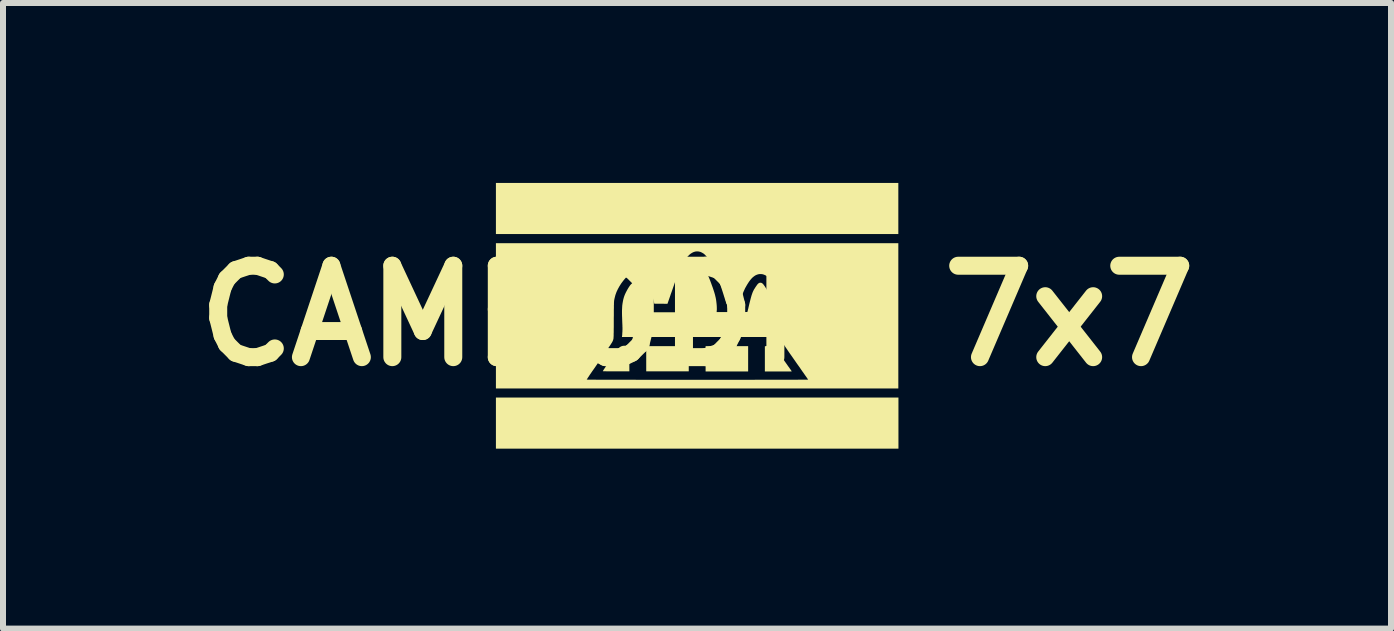
<source format=kicad_pcb>
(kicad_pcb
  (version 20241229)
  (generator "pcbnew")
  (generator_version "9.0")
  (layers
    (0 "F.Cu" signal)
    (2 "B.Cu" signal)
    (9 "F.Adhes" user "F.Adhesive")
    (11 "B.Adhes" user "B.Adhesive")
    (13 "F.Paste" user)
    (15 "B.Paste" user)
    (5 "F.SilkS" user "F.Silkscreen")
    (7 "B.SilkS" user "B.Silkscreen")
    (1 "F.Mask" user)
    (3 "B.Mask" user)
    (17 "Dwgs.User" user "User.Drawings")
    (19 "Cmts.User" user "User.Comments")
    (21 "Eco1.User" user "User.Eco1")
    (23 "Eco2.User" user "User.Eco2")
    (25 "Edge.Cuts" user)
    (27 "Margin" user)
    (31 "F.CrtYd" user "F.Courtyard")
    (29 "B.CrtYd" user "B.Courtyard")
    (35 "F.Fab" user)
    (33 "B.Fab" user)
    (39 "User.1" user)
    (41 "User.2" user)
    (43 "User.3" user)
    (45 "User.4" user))
  (footprint "CAMBODIA 7x7"
    (layer "F.Cu")
    (at 8.571 2.215)
    (property "Reference" "CAMBODIA 7x7" (at 0 0 0) (layer "F.SilkS") (effects (font (size 1.524 1.524) (thickness 0.3))))
    (attr board_only exclude_from_pos_files exclude_from_bom)
    (fp_poly (pts (xy -0.138 0.926) (xy -0.847 0.926) (xy -0.847 0.506) (xy -0.138 0.506)) (stroke (width 0) (type solid)) (fill yes) (layer "F.SilkS"))
    (fp_poly (pts (xy 0.852 0.928) (xy 0.143 0.928) (xy 0.143 0.506) (xy 0.852 0.506)) (stroke (width 0) (type solid)) (fill yes) (layer "F.SilkS"))
    (fp_poly (pts (xy 3.356 -1.363) (xy -3.353 -1.363) (xy -3.353 -2.215) (xy 3.356 -2.215)) (stroke (width 0) (type solid)) (fill yes) (layer "F.SilkS"))
    (fp_poly (pts (xy 3.358 2.215) (xy -3.353 2.215) (xy -3.353 1.363) (xy 3.358 1.363)) (stroke (width 0) (type solid)) (fill yes) (layer "F.SilkS"))
    (fp_poly (pts (xy 1.23 0.501) (xy 1.253 0.506) (xy 1.254 0.506) (xy 1.275 0.514) (xy 1.294 0.526) (xy 1.312 0.541) (xy 1.33 0.56) (xy 1.347 0.584) (xy 1.36 0.605) (xy 1.372 0.624) (xy 1.384 0.643) (xy 1.397 0.664) (xy 1.412 0.686) (xy 1.428 0.711) (xy 1.446 0.737) (xy 1.467 0.766) (xy 1.49 0.799) (xy 1.509 0.826) (xy 1.523 0.846) (xy 1.537 0.864) (xy 1.548 0.881) (xy 1.559 0.896) (xy 1.567 0.908) (xy 1.574 0.918) (xy 1.578 0.924) (xy 1.58 0.927) (xy 1.58 0.927) (xy 1.578 0.927) (xy 1.571 0.927) (xy 1.56 0.928) (xy 1.544 0.928) (xy 1.526 0.928) (xy 1.504 0.928) (xy 1.479 0.928) (xy 1.452 0.928) (xy 1.422 0.928) (xy 1.391 0.928) (xy 1.358 0.928) (xy 1.131 0.928) (xy 1.131 0.509) (xy 1.144 0.506) (xy 1.175 0.501) (xy 1.203 0.499)) (stroke (width 0) (type solid)) (fill yes) (layer "F.SilkS"))
    (fp_poly (pts (xy -1.192 0.5) (xy -1.173 0.501) (xy -1.156 0.503) (xy -1.147 0.505) (xy -1.13 0.51) (xy -1.129 0.718) (xy -1.128 0.926) (xy -1.351 0.926) (xy -1.39 0.926) (xy -1.425 0.926) (xy -1.455 0.926) (xy -1.482 0.926) (xy -1.504 0.926) (xy -1.522 0.925) (xy -1.538 0.925) (xy -1.55 0.925) (xy -1.559 0.925) (xy -1.565 0.924) (xy -1.569 0.924) (xy -1.571 0.923) (xy -1.571 0.923) (xy -1.566 0.915) (xy -1.559 0.903) (xy -1.55 0.889) (xy -1.539 0.873) (xy -1.527 0.855) (xy -1.514 0.837) (xy -1.501 0.818) (xy -1.488 0.8) (xy -1.476 0.783) (xy -1.466 0.768) (xy -1.441 0.734) (xy -1.42 0.704) (xy -1.401 0.676) (xy -1.385 0.652) (xy -1.371 0.629) (xy -1.36 0.611) (xy -1.349 0.592) (xy -1.339 0.576) (xy -1.329 0.563) (xy -1.32 0.551) (xy -1.31 0.541) (xy -1.306 0.538) (xy -1.285 0.521) (xy -1.263 0.509) (xy -1.241 0.502) (xy -1.227 0.5) (xy -1.21 0.499)) (stroke (width 0) (type solid)) (fill yes) (layer "F.SilkS"))
    (fp_poly (pts (xy 0.014 -0.929) (xy 0.025 -0.926) (xy 0.035 -0.92) (xy 0.046 -0.912) (xy 0.057 -0.901) (xy 0.069 -0.887) (xy 0.081 -0.87) (xy 0.095 -0.848) (xy 0.11 -0.823) (xy 0.127 -0.794) (xy 0.13 -0.788) (xy 0.14 -0.77) (xy 0.15 -0.75) (xy 0.16 -0.73) (xy 0.17 -0.708) (xy 0.18 -0.683) (xy 0.191 -0.656) (xy 0.203 -0.626) (xy 0.217 -0.592) (xy 0.221 -0.581) (xy 0.236 -0.541) (xy 0.249 -0.504) (xy 0.261 -0.472) (xy 0.271 -0.442) (xy 0.28 -0.415) (xy 0.288 -0.39) (xy 0.295 -0.366) (xy 0.301 -0.344) (xy 0.306 -0.322) (xy 0.31 -0.306) (xy 0.317 -0.271) (xy 0.322 -0.234) (xy 0.326 -0.198) (xy 0.329 -0.162) (xy 0.33 -0.128) (xy 0.33 -0.098) (xy 0.329 -0.093) (xy 0.327 -0.062) (xy 0.583 -0.062) (xy 0.624 -0.062) (xy 0.661 -0.062) (xy 0.693 -0.062) (xy 0.721 -0.062) (xy 0.745 -0.062) (xy 0.766 -0.062) (xy 0.784 -0.062) (xy 0.798 -0.062) (xy 0.81 -0.063) (xy 0.819 -0.063) (xy 0.826 -0.063) (xy 0.832 -0.063) (xy 0.836 -0.064) (xy 0.838 -0.064) (xy 0.84 -0.065) (xy 0.84 -0.066) (xy 0.84 -0.066) (xy 0.841 -0.069) (xy 0.843 -0.077) (xy 0.846 -0.088) (xy 0.849 -0.103) (xy 0.854 -0.12) (xy 0.858 -0.139) (xy 0.863 -0.159) (xy 0.864 -0.164) (xy 0.873 -0.203) (xy 0.882 -0.238) (xy 0.89 -0.27) (xy 0.897 -0.297) (xy 0.904 -0.322) (xy 0.91 -0.343) (xy 0.917 -0.363) (xy 0.923 -0.38) (xy 0.929 -0.396) (xy 0.936 -0.411) (xy 0.943 -0.425) (xy 0.95 -0.439) (xy 0.959 -0.452) (xy 0.968 -0.467) (xy 0.977 -0.481) (xy 0.991 -0.501) (xy 1.002 -0.517) (xy 1.012 -0.529) (xy 1.022 -0.538) (xy 1.03 -0.545) (xy 1.039 -0.549) (xy 1.048 -0.551) (xy 1.056 -0.551) (xy 1.067 -0.551) (xy 1.076 -0.548) (xy 1.085 -0.543) (xy 1.094 -0.536) (xy 1.104 -0.526) (xy 1.114 -0.512) (xy 1.127 -0.495) (xy 1.134 -0.484) (xy 1.159 -0.445) (xy 1.18 -0.408) (xy 1.198 -0.373) (xy 1.213 -0.34) (xy 1.226 -0.307) (xy 1.236 -0.274) (xy 1.242 -0.248) (xy 1.248 -0.223) (xy 1.249 0.065) (xy 1.25 0.353) (xy -1.252 0.353) (xy -1.251 0.345) (xy -1.25 0.336) (xy -1.248 0.327) (xy -1.247 0.317) (xy -1.247 0.305) (xy -1.246 0.29) (xy -1.245 0.272) (xy -1.244 0.265) (xy -1.244 0.256) (xy -1.244 0.246) (xy -1.243 0.237) (xy -1.243 0.228) (xy -1.243 0.217) (xy -1.243 0.206) (xy -1.243 0.193) (xy -1.244 0.178) (xy -1.244 0.161) (xy -1.245 0.141) (xy -1.246 0.118) (xy -1.247 0.091) (xy -1.248 0.06) (xy -1.249 0.025) (xy -1.25 0.009) (xy -1.251 -0.041) (xy -1.251 -0.087) (xy -1.249 -0.13) (xy -1.247 -0.169) (xy -1.242 -0.206) (xy -1.236 -0.24) (xy -1.23 -0.27) (xy -1.222 -0.3) (xy -1.213 -0.328) (xy -1.202 -0.356) (xy -1.189 -0.384) (xy -1.174 -0.413) (xy -1.161 -0.437) (xy -1.148 -0.459) (xy -1.136 -0.478) (xy -1.126 -0.493) (xy -1.117 -0.506) (xy -1.108 -0.517) (xy -1.1 -0.526) (xy -1.085 -0.539) (xy -1.07 -0.549) (xy -1.056 -0.553) (xy -1.042 -0.552) (xy -1.028 -0.546) (xy -1.015 -0.536) (xy -1.001 -0.52) (xy -1 -0.519) (xy -0.985 -0.497) (xy -0.969 -0.472) (xy -0.953 -0.446) (xy -0.937 -0.418) (xy -0.922 -0.39) (xy -0.908 -0.364) (xy -0.897 -0.338) (xy -0.887 -0.315) (xy -0.882 -0.301) (xy -0.876 -0.282) (xy -0.871 -0.264) (xy -0.867 -0.248) (xy -0.864 -0.232) (xy -0.862 -0.215) (xy -0.86 -0.196) (xy -0.859 -0.175) (xy -0.858 -0.15) (xy -0.858 -0.133) (xy -0.858 -0.116) (xy -0.857 -0.1) (xy -0.857 -0.086) (xy -0.857 -0.074) (xy -0.856 -0.067) (xy -0.856 -0.064) (xy -0.855 -0.063) (xy -0.854 -0.062) (xy -0.852 -0.062) (xy -0.849 -0.061) (xy -0.845 -0.061) (xy -0.839 -0.061) (xy -0.831 -0.06) (xy -0.821 -0.06) (xy -0.808 -0.06) (xy -0.793 -0.06) (xy -0.774 -0.059) (xy -0.752 -0.059) (xy -0.727 -0.059) (xy -0.698 -0.059) (xy -0.664 -0.059) (xy -0.626 -0.059) (xy -0.59 -0.059) (xy -0.326 -0.059) (xy -0.326 -0.113) (xy -0.325 -0.158) (xy -0.322 -0.201) (xy -0.317 -0.243) (xy -0.309 -0.287) (xy -0.299 -0.332) (xy -0.299 -0.335) (xy -0.293 -0.359) (xy -0.286 -0.382) (xy -0.28 -0.406) (xy -0.272 -0.431) (xy -0.264 -0.456) (xy -0.254 -0.483) (xy -0.244 -0.512) (xy -0.232 -0.544) (xy -0.218 -0.579) (xy -0.203 -0.618) (xy -0.192 -0.646) (xy -0.179 -0.677) (xy -0.168 -0.705) (xy -0.158 -0.729) (xy -0.148 -0.75) (xy -0.14 -0.769) (xy -0.131 -0.785) (xy -0.123 -0.801) (xy -0.114 -0.816) (xy -0.104 -0.831) (xy -0.096 -0.845) (xy -0.079 -0.869) (xy -0.065 -0.888) (xy -0.051 -0.903) (xy -0.038 -0.914) (xy -0.026 -0.922) (xy -0.013 -0.927) (xy -0.001 -0.929) (xy 0.004 -0.93)) (stroke (width 0) (type solid)) (fill yes) (layer "F.SilkS"))
    (fp_poly (pts (xy 3.356 1.212) (xy -3.353 1.212) (xy -3.353 1.063) (xy -1.839 1.063) (xy -1.838 1.064) (xy -1.836 1.064) (xy -1.833 1.064) (xy -1.828 1.064) (xy -1.821 1.064) (xy -1.813 1.065) (xy -1.802 1.065) (xy -1.79 1.065) (xy -1.776 1.065) (xy -1.759 1.065) (xy -1.741 1.065) (xy -1.72 1.065) (xy -1.696 1.065) (xy -1.67 1.066) (xy -1.642 1.066) (xy -1.61 1.066) (xy -1.576 1.066) (xy -1.539 1.066) (xy -1.499 1.066) (xy -1.456 1.066) (xy -1.41 1.066) (xy -1.36 1.066) (xy -1.307 1.066) (xy -1.251 1.066) (xy -1.191 1.066) (xy -1.127 1.066) (xy -1.06 1.066) (xy -0.989 1.067) (xy -0.914 1.067) (xy -0.834 1.067) (xy -0.751 1.067) (xy -0.663 1.067) (xy -0.571 1.067) (xy -0.475 1.067) (xy -0.374 1.067) (xy -0.269 1.067) (xy -0.158 1.067) (xy -0.043 1.067) (xy 0.007 1.067) (xy 0.128 1.067) (xy 0.244 1.067) (xy 0.356 1.067) (xy 0.462 1.067) (xy 0.564 1.067) (xy 0.662 1.067) (xy 0.755 1.067) (xy 0.843 1.067) (xy 0.928 1.067) (xy 1.008 1.066) (xy 1.084 1.066) (xy 1.155 1.066) (xy 1.223 1.066) (xy 1.287 1.066) (xy 1.347 1.066) (xy 1.403 1.066) (xy 1.455 1.066) (xy 1.504 1.066) (xy 1.549 1.066) (xy 1.591 1.066) (xy 1.629 1.066) (xy 1.664 1.066) (xy 1.696 1.065) (xy 1.725 1.065) (xy 1.75 1.065) (xy 1.773 1.065) (xy 1.792 1.065) (xy 1.809 1.065) (xy 1.823 1.065) (xy 1.834 1.065) (xy 1.842 1.064) (xy 1.848 1.064) (xy 1.852 1.064) (xy 1.853 1.064) (xy 1.851 1.061) (xy 1.847 1.055) (xy 1.84 1.046) (xy 1.831 1.033) (xy 1.821 1.018) (xy 1.808 1) (xy 1.794 0.98) (xy 1.779 0.958) (xy 1.762 0.935) (xy 1.745 0.91) (xy 1.742 0.906) (xy 1.705 0.852) (xy 1.669 0.802) (xy 1.637 0.756) (xy 1.607 0.713) (xy 1.58 0.674) (xy 1.555 0.639) (xy 1.532 0.606) (xy 1.512 0.577) (xy 1.494 0.55) (xy 1.478 0.527) (xy 1.464 0.506) (xy 1.452 0.488) (xy 1.442 0.473) (xy 1.433 0.459) (xy 1.426 0.449) (xy 1.421 0.44) (xy 1.417 0.433) (xy 1.415 0.429) (xy 1.409 0.415) (xy 1.404 0.402) (xy 1.4 0.39) (xy 1.398 0.376) (xy 1.395 0.36) (xy 1.394 0.341) (xy 1.393 0.319) (xy 1.392 0.31) (xy 1.391 0.259) (xy 1.39 0.21) (xy 1.389 0.161) (xy 1.388 0.115) (xy 1.388 0.071) (xy 1.389 0.03) (xy 1.389 -0.007) (xy 1.39 -0.035) (xy 1.392 -0.072) (xy 1.393 -0.105) (xy 1.393 -0.134) (xy 1.394 -0.159) (xy 1.393 -0.18) (xy 1.392 -0.198) (xy 1.391 -0.214) (xy 1.39 -0.219) (xy 1.381 -0.271) (xy 1.368 -0.323) (xy 1.35 -0.376) (xy 1.327 -0.429) (xy 1.299 -0.483) (xy 1.277 -0.522) (xy 1.257 -0.554) (xy 1.238 -0.582) (xy 1.22 -0.605) (xy 1.203 -0.625) (xy 1.186 -0.642) (xy 1.169 -0.657) (xy 1.151 -0.669) (xy 1.132 -0.679) (xy 1.132 -0.679) (xy 1.11 -0.688) (xy 1.087 -0.694) (xy 1.064 -0.696) (xy 1.058 -0.696) (xy 1.036 -0.695) (xy 1.016 -0.691) (xy 0.996 -0.684) (xy 0.981 -0.678) (xy 0.961 -0.666) (xy 0.942 -0.652) (xy 0.923 -0.636) (xy 0.904 -0.616) (xy 0.885 -0.593) (xy 0.865 -0.566) (xy 0.845 -0.535) (xy 0.835 -0.519) (xy 0.802 -0.461) (xy 0.775 -0.402) (xy 0.752 -0.343) (xy 0.733 -0.284) (xy 0.721 -0.228) (xy 0.715 -0.198) (xy 0.492 -0.198) (xy 0.484 -0.22) (xy 0.482 -0.228) (xy 0.478 -0.239) (xy 0.473 -0.254) (xy 0.468 -0.272) (xy 0.461 -0.292) (xy 0.455 -0.312) (xy 0.448 -0.334) (xy 0.447 -0.337) (xy 0.429 -0.394) (xy 0.412 -0.446) (xy 0.396 -0.494) (xy 0.382 -0.538) (xy 0.368 -0.578) (xy 0.355 -0.615) (xy 0.343 -0.649) (xy 0.332 -0.68) (xy 0.321 -0.709) (xy 0.31 -0.735) (xy 0.3 -0.759) (xy 0.29 -0.781) (xy 0.28 -0.802) (xy 0.27 -0.822) (xy 0.26 -0.84) (xy 0.25 -0.858) (xy 0.239 -0.876) (xy 0.228 -0.893) (xy 0.218 -0.909) (xy 0.198 -0.938) (xy 0.178 -0.964) (xy 0.159 -0.987) (xy 0.141 -1.008) (xy 0.125 -1.024) (xy 0.11 -1.037) (xy 0.107 -1.038) (xy 0.081 -1.054) (xy 0.054 -1.066) (xy 0.027 -1.072) (xy -0.001 -1.074) (xy -0.029 -1.071) (xy -0.056 -1.063) (xy -0.083 -1.05) (xy -0.109 -1.033) (xy -0.135 -1.011) (xy -0.138 -1.007) (xy -0.165 -0.979) (xy -0.19 -0.948) (xy -0.215 -0.915) (xy -0.237 -0.881) (xy -0.256 -0.849) (xy -0.259 -0.842) (xy -0.265 -0.831) (xy -0.271 -0.817) (xy -0.278 -0.8) (xy -0.286 -0.781) (xy -0.294 -0.76) (xy -0.304 -0.735) (xy -0.314 -0.707) (xy -0.326 -0.676) (xy -0.338 -0.642) (xy -0.352 -0.604) (xy -0.367 -0.562) (xy -0.383 -0.516) (xy -0.4 -0.467) (xy -0.419 -0.412) (xy -0.44 -0.354) (xy -0.446 -0.335) (xy -0.493 -0.2) (xy -0.602 -0.201) (xy -0.712 -0.201) (xy -0.72 -0.237) (xy -0.736 -0.302) (xy -0.756 -0.364) (xy -0.78 -0.422) (xy -0.807 -0.477) (xy -0.838 -0.53) (xy -0.872 -0.579) (xy -0.895 -0.609) (xy -0.917 -0.633) (xy -0.939 -0.653) (xy -0.961 -0.669) (xy -0.985 -0.682) (xy -1.009 -0.692) (xy -1.018 -0.694) (xy -1.026 -0.696) (xy -1.036 -0.697) (xy -1.048 -0.697) (xy -1.056 -0.697) (xy -1.069 -0.697) (xy -1.08 -0.697) (xy -1.088 -0.695) (xy -1.096 -0.693) (xy -1.105 -0.691) (xy -1.122 -0.684) (xy -1.138 -0.675) (xy -1.154 -0.665) (xy -1.17 -0.652) (xy -1.186 -0.636) (xy -1.204 -0.616) (xy -1.223 -0.593) (xy -1.226 -0.59) (xy -1.262 -0.542) (xy -1.293 -0.494) (xy -1.32 -0.445) (xy -1.343 -0.396) (xy -1.361 -0.346) (xy -1.374 -0.295) (xy -1.382 -0.257) (xy -1.382 -0.252) (xy -1.383 -0.247) (xy -1.383 -0.242) (xy -1.384 -0.235) (xy -1.384 -0.226) (xy -1.385 -0.216) (xy -1.385 -0.204) (xy -1.385 -0.19) (xy -1.386 -0.173) (xy -1.386 -0.153) (xy -1.386 -0.13) (xy -1.387 -0.104) (xy -1.387 -0.074) (xy -1.387 -0.04) (xy -1.387 -0.002) (xy -1.388 0.04) (xy -1.388 0.065) (xy -1.388 0.111) (xy -1.388 0.152) (xy -1.388 0.189) (xy -1.389 0.222) (xy -1.389 0.251) (xy -1.389 0.276) (xy -1.39 0.298) (xy -1.39 0.317) (xy -1.39 0.333) (xy -1.391 0.348) (xy -1.392 0.359) (xy -1.392 0.37) (xy -1.393 0.378) (xy -1.394 0.385) (xy -1.396 0.392) (xy -1.397 0.397) (xy -1.399 0.402) (xy -1.4 0.407) (xy -1.402 0.412) (xy -1.405 0.418) (xy -1.405 0.42) (xy -1.407 0.424) (xy -1.41 0.429) (xy -1.413 0.436) (xy -1.418 0.444) (xy -1.423 0.453) (xy -1.43 0.463) (xy -1.438 0.476) (xy -1.447 0.49) (xy -1.458 0.506) (xy -1.471 0.525) (xy -1.485 0.546) (xy -1.501 0.57) (xy -1.519 0.597) (xy -1.54 0.626) (xy -1.562 0.658) (xy -1.587 0.694) (xy -1.614 0.734) (xy -1.644 0.776) (xy -1.676 0.823) (xy -1.696 0.852) (xy -1.723 0.891) (xy -1.748 0.926) (xy -1.769 0.957) (xy -1.788 0.984) (xy -1.803 1.008) (xy -1.816 1.027) (xy -1.826 1.042) (xy -1.833 1.054) (xy -1.838 1.061) (xy -1.839 1.063) (xy -3.353 1.063) (xy -3.353 -1.21) (xy 3.356 -1.21)) (stroke (width 0) (type solid)) (fill yes) (layer "F.SilkS")))
  (gr_rect
    (start -3 -3)
    (end 20.141 7.43)
    (stroke (width 0.1) (type default))
    (fill no)
    (layer "Edge.Cuts")))
</source>
